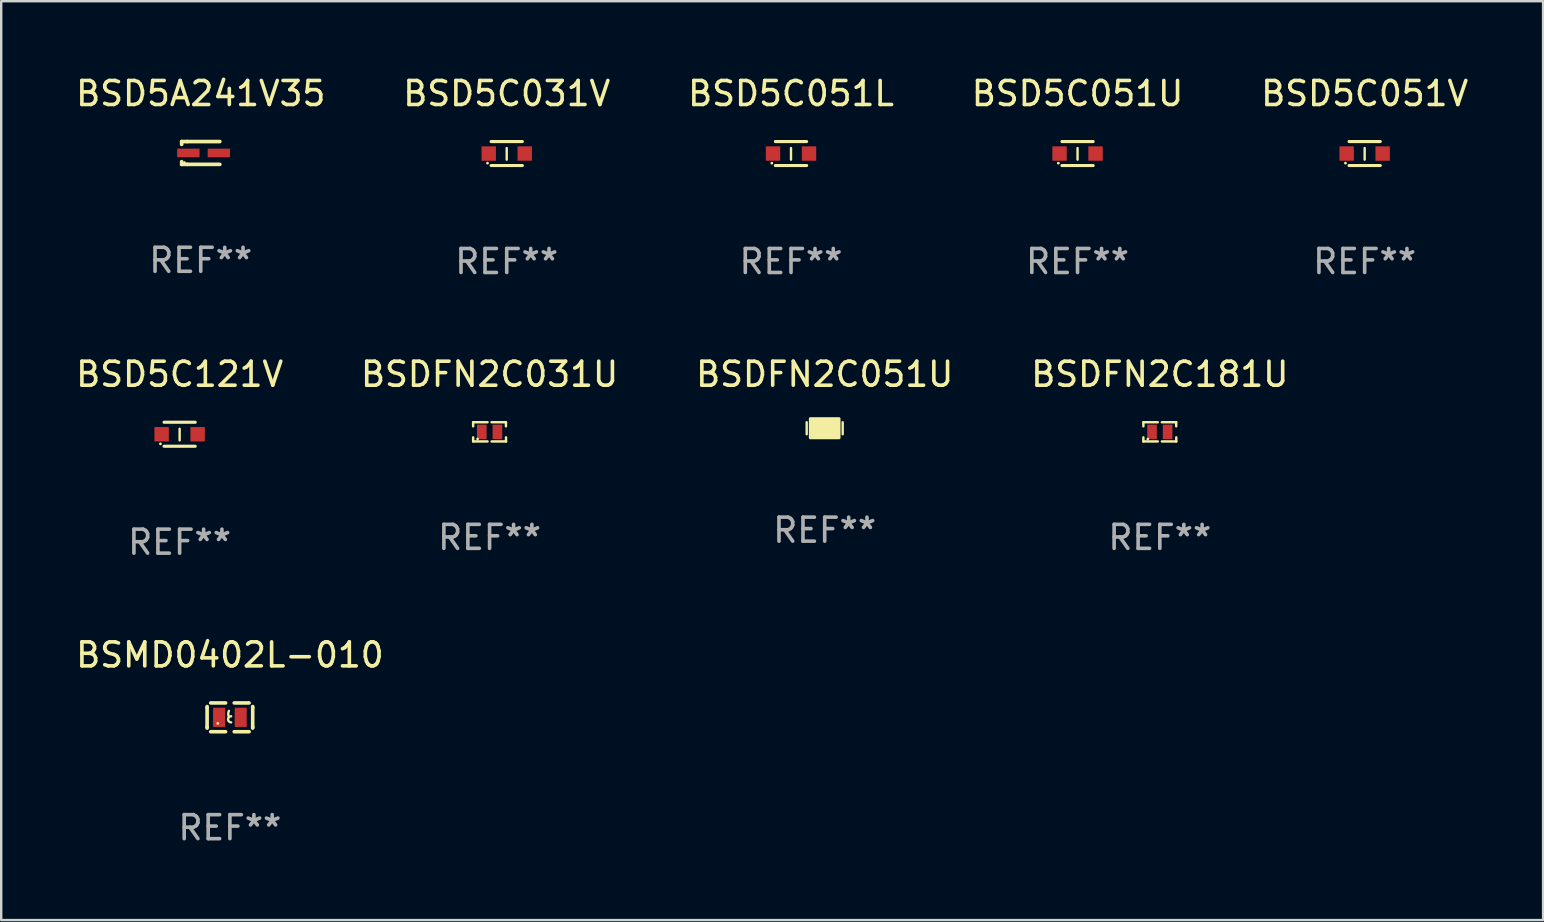
<source format=kicad_pcb>
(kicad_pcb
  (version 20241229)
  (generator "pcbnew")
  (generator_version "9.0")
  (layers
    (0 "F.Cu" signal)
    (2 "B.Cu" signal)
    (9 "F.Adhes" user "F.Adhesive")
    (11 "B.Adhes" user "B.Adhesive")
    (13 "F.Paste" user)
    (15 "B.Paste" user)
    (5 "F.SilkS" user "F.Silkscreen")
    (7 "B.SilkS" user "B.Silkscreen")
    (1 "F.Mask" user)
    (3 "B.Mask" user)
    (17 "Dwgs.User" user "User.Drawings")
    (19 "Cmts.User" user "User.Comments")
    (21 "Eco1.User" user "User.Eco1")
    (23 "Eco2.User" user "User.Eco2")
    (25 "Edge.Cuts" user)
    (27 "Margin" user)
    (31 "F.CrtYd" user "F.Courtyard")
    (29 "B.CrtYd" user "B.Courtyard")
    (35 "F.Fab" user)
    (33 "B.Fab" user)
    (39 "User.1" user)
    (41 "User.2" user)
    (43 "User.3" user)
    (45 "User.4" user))
  (footprint "BSD5C031V"
    (layer "F.Cu")
    (at 18.065 3.348)
    (property "Reference" "BSD5C031V" (at 0 -2.5 0) (layer "F.SilkS") (effects (font (size 1 1) (thickness 0.15))))
    (attr through_hole)
    (fp_line (start -0.65 -0.5) (end 0.65 -0.5) (stroke (width 0.13) (type solid)) (layer "F.SilkS"))
    (fp_line (start -0.65 0.5) (end 0.65 0.5) (stroke (width 0.13) (type solid)) (layer "F.SilkS"))
    (fp_line (start 0 -0.229) (end 0 0.254) (stroke (width 0.1) (type solid)) (layer "F.SilkS"))
    (fp_circle (center -0.8 0.4) (end -0.77 0.4) (stroke (width 0.06) (type solid)) (fill no) (layer "F.SilkS"))
    (fp_text user "REF**" (at 0 4.5 0) (layer "F.Fab") (effects (font (size 1 1) (thickness 0.15))))
    (pad "1" smd rect (at -0.75 0) (size 0.6 0.6) (layers "F.Cu" "F.Mask" "F.Paste"))
    (pad "2" smd rect (at 0.75 0 180) (size 0.6 0.6) (layers "F.Cu" "F.Mask" "F.Paste")))
  (footprint "BSMD0402L-010"
    (layer "F.Cu")
    (at 6.53 26.841)
    (property "Reference" "BSMD0402L-010" (at 0 -2.6 0) (layer "F.SilkS") (effects (font (size 1 1) (thickness 0.15))))
    (attr through_hole)
    (fp_line (start -0.95 -0.45) (end -0.95 -0.4) (stroke (width 0.15) (type solid)) (layer "F.SilkS"))
    (fp_line (start -0.95 -0.4) (end -0.95 0.4) (stroke (width 0.15) (type solid)) (layer "F.SilkS"))
    (fp_line (start -0.95 0.45) (end -0.95 0.4) (stroke (width 0.15) (type solid)) (layer "F.SilkS"))
    (fp_line (start -0.18 -0.6) (end -0.8 -0.6) (stroke (width 0.15) (type solid)) (layer "F.SilkS"))
    (fp_line (start -0.18 0.6) (end -0.8 0.6) (stroke (width 0.15) (type solid)) (layer "F.SilkS"))
    (fp_line (start 0.18 -0.6) (end 0.8 -0.6) (stroke (width 0.15) (type solid)) (layer "F.SilkS"))
    (fp_line (start 0.18 0.6) (end 0.8 0.6) (stroke (width 0.15) (type solid)) (layer "F.SilkS"))
    (fp_line (start 0.95 -0.45) (end 0.95 -0.4) (stroke (width 0.15) (type solid)) (layer "F.SilkS"))
    (fp_line (start 0.95 -0.4) (end 0.95 0.4) (stroke (width 0.15) (type solid)) (layer "F.SilkS"))
    (fp_line (start 0.95 0.45) (end 0.95 0.4) (stroke (width 0.15) (type solid)) (layer "F.SilkS"))
    (fp_arc (start -0.039942 -0.016052) (mid -0.069923 -0.143053) (end -0.039942 -0.270053) (stroke (width 0.1) (type solid)) (layer "F.SilkS"))
    (fp_arc (start 0.050076 0.209957) (mid -0.076924 0.082957) (end 0.050076 -0.044043) (stroke (width 0.1) (type solid)) (layer "F.SilkS"))
    (fp_circle (center -0.505 0.253) (end -0.475 0.253) (stroke (width 0.06) (type solid)) (fill no) (layer "F.SilkS"))
    (fp_text user "REF**" (at 0 4.6 0) (layer "F.Fab") (effects (font (size 1 1) (thickness 0.15))))
    (pad "1" smd rect (at -0.45 -0.000051) (size 0.5 0.8) (layers "F.Cu" "F.Mask" "F.Paste"))
    (pad "2" smd rect (at 0.45 -0.000051) (size 0.5 0.8) (layers "F.Cu" "F.Mask" "F.Paste")))
  (footprint "BSDFN2C181U"
    (layer "F.Cu")
    (at 45.28 14.945)
    (property "Reference" "BSDFN2C181U" (at 0 -2.4 0) (layer "F.SilkS") (effects (font (size 1 1) (thickness 0.15))))
    (attr through_hole)
    (fp_line (start -0.685 -0.4) (end -0.685 -0.23) (stroke (width 0.102) (type solid)) (layer "F.SilkS"))
    (fp_line (start -0.685 0.4) (end -0.685 0.23) (stroke (width 0.102) (type solid)) (layer "F.SilkS"))
    (fp_line (start -0.085 -0.4) (end -0.685 -0.4) (stroke (width 0.102) (type solid)) (layer "F.SilkS"))
    (fp_line (start -0.085 0.4) (end -0.685 0.4) (stroke (width 0.102) (type solid)) (layer "F.SilkS"))
    (fp_line (start 0.082 -0.4) (end 0.682 -0.4) (stroke (width 0.102) (type solid)) (layer "F.SilkS"))
    (fp_line (start 0.085 0.4) (end 0.685 0.4) (stroke (width 0.102) (type solid)) (layer "F.SilkS"))
    (fp_line (start 0.682 -0.4) (end 0.682 -0.23) (stroke (width 0.102) (type solid)) (layer "F.SilkS"))
    (fp_line (start 0.685 0.4) (end 0.685 0.23) (stroke (width 0.102) (type solid)) (layer "F.SilkS"))
    (fp_circle (center -0.5 0.3) (end -0.47 0.3) (stroke (width 0.06) (type solid)) (fill no) (layer "F.SilkS"))
    (fp_text user "REF**" (at 0 4.4 0) (layer "F.Fab") (effects (font (size 1 1) (thickness 0.15))))
    (pad "1" smd rect (at -0.325 0) (size 0.4 0.6) (layers "F.Cu" "F.Mask" "F.Paste"))
    (pad "2" smd rect (at 0.325 0) (size 0.4 0.6) (layers "F.Cu" "F.Mask" "F.Paste")))
  (footprint "BSD5C051U"
    (layer "F.Cu")
    (at 41.851 3.348)
    (property "Reference" "BSD5C051U" (at 0 -2.5 0) (layer "F.SilkS") (effects (font (size 1 1) (thickness 0.15))))
    (attr through_hole)
    (fp_line (start -0.65 -0.5) (end 0.65 -0.5) (stroke (width 0.13) (type solid)) (layer "F.SilkS"))
    (fp_line (start -0.65 0.5) (end 0.65 0.5) (stroke (width 0.13) (type solid)) (layer "F.SilkS"))
    (fp_line (start 0 -0.229) (end 0 0.254) (stroke (width 0.1) (type solid)) (layer "F.SilkS"))
    (fp_circle (center -0.8 0.4) (end -0.77 0.4) (stroke (width 0.06) (type solid)) (fill no) (layer "F.SilkS"))
    (fp_text user "REF**" (at 0 4.5 0) (layer "F.Fab") (effects (font (size 1 1) (thickness 0.15))))
    (pad "1" smd rect (at -0.75 0) (size 0.6 0.6) (layers "F.Cu" "F.Mask" "F.Paste"))
    (pad "2" smd rect (at 0.75 0 180) (size 0.6 0.6) (layers "F.Cu" "F.Mask" "F.Paste")))
  (footprint "BSDFN2C031U"
    (layer "F.Cu")
    (at 17.351 14.945)
    (property "Reference" "BSDFN2C031U" (at 0 -2.4 0) (layer "F.SilkS") (effects (font (size 1 1) (thickness 0.15))))
    (attr through_hole)
    (fp_line (start -0.685 -0.4) (end -0.685 -0.23) (stroke (width 0.102) (type solid)) (layer "F.SilkS"))
    (fp_line (start -0.685 0.4) (end -0.685 0.23) (stroke (width 0.102) (type solid)) (layer "F.SilkS"))
    (fp_line (start -0.085 -0.4) (end -0.685 -0.4) (stroke (width 0.102) (type solid)) (layer "F.SilkS"))
    (fp_line (start -0.085 0.4) (end -0.685 0.4) (stroke (width 0.102) (type solid)) (layer "F.SilkS"))
    (fp_line (start 0.082 -0.4) (end 0.682 -0.4) (stroke (width 0.102) (type solid)) (layer "F.SilkS"))
    (fp_line (start 0.085 0.4) (end 0.685 0.4) (stroke (width 0.102) (type solid)) (layer "F.SilkS"))
    (fp_line (start 0.682 -0.4) (end 0.682 -0.23) (stroke (width 0.102) (type solid)) (layer "F.SilkS"))
    (fp_line (start 0.685 0.4) (end 0.685 0.23) (stroke (width 0.102) (type solid)) (layer "F.SilkS"))
    (fp_circle (center -0.5 0.3) (end -0.47 0.3) (stroke (width 0.06) (type solid)) (fill no) (layer "F.SilkS"))
    (fp_text user "REF**" (at 0 4.4 0) (layer "F.Fab") (effects (font (size 1 1) (thickness 0.15))))
    (pad "1" smd rect (at -0.325 0) (size 0.4 0.6) (layers "F.Cu" "F.Mask" "F.Paste"))
    (pad "2" smd rect (at 0.325 0) (size 0.4 0.6) (layers "F.Cu" "F.Mask" "F.Paste")))
  (footprint "BSDFN2C051U"
    (layer "F.Cu")
    (at 31.315 14.795)
    (property "Reference" "BSDFN2C051U" (at 0 -2.25 0) (layer "F.SilkS") (effects (font (size 1 1) (thickness 0.15))))
    (attr through_hole)
    (fp_line (start -0.75 0.25) (end -0.75 -0.25) (stroke (width 0.1) (type solid)) (layer "F.SilkS"))
    (fp_line (start 0.75 -0.25) (end 0.75 0.25) (stroke (width 0.1) (type solid)) (layer "F.SilkS"))
    (fp_circle (center -0.5 0.3) (end -0.47 0.3) (stroke (width 0.06) (type solid)) (fill no) (layer "F.SilkS"))
    (fp_poly (pts (xy -0.6 -0.4) (xy 0.6 -0.4) (xy 0.6 0.4) (xy -0.6 0.4)) (stroke (width 0.12) (type solid)) (fill yes) (layer "F.SilkS"))
    (fp_text user "REF**" (at 0 4.25 0) (layer "F.Fab") (effects (font (size 1 1) (thickness 0.15))))
    (pad "1" smd rect (at -0.325 -0.000013) (size 0.3 0.6) (layers "F.Cu" "F.Mask" "F.Paste"))
    (pad "2" smd rect (at 0.325 -0.000013) (size 0.3 0.6) (layers "F.Cu" "F.Mask" "F.Paste")))
  (footprint "BSD5C051V"
    (layer "F.Cu")
    (at 53.815 3.348)
    (property "Reference" "BSD5C051V" (at 0 -2.5 0) (layer "F.SilkS") (effects (font (size 1 1) (thickness 0.15))))
    (attr through_hole)
    (fp_line (start -0.65 -0.5) (end 0.65 -0.5) (stroke (width 0.13) (type solid)) (layer "F.SilkS"))
    (fp_line (start -0.65 0.5) (end 0.65 0.5) (stroke (width 0.13) (type solid)) (layer "F.SilkS"))
    (fp_line (start 0 -0.229) (end 0 0.254) (stroke (width 0.1) (type solid)) (layer "F.SilkS"))
    (fp_circle (center -0.8 0.4) (end -0.77 0.4) (stroke (width 0.06) (type solid)) (fill no) (layer "F.SilkS"))
    (fp_text user "REF**" (at 0 4.5 0) (layer "F.Fab") (effects (font (size 1 1) (thickness 0.15))))
    (pad "1" smd rect (at -0.75 0) (size 0.6 0.6) (layers "F.Cu" "F.Mask" "F.Paste"))
    (pad "2" smd rect (at 0.75 0 180) (size 0.6 0.6) (layers "F.Cu" "F.Mask" "F.Paste")))
  (footprint "BSD5C051L"
    (layer "F.Cu")
    (at 29.911 3.348)
    (property "Reference" "BSD5C051L" (at 0 -2.5 0) (layer "F.SilkS") (effects (font (size 1 1) (thickness 0.15))))
    (attr through_hole)
    (fp_line (start -0.65 -0.5) (end 0.65 -0.5) (stroke (width 0.13) (type solid)) (layer "F.SilkS"))
    (fp_line (start -0.65 0.5) (end 0.65 0.5) (stroke (width 0.13) (type solid)) (layer "F.SilkS"))
    (fp_line (start 0 -0.229) (end 0 0.254) (stroke (width 0.1) (type solid)) (layer "F.SilkS"))
    (fp_circle (center -0.8 0.4) (end -0.77 0.4) (stroke (width 0.06) (type solid)) (fill no) (layer "F.SilkS"))
    (fp_text user "REF**" (at 0 4.5 0) (layer "F.Fab") (effects (font (size 1 1) (thickness 0.15))))
    (pad "1" smd rect (at -0.75 0) (size 0.6 0.6) (layers "F.Cu" "F.Mask" "F.Paste"))
    (pad "2" smd rect (at 0.75 0 180) (size 0.6 0.6) (layers "F.Cu" "F.Mask" "F.Paste")))
  (footprint "BSD5A241V35"
    (layer "F.Cu")
    (at 5.315 3.324)
    (property "Reference" "BSD5A241V35" (at 0 -2.476 0) (layer "F.SilkS") (effects (font (size 1 1) (thickness 0.15))))
    (attr through_hole)
    (fp_line (start -0.795 -0.476) (end -0.795 -0.356) (stroke (width 0.152) (type solid)) (layer "F.SilkS"))
    (fp_line (start -0.795 0.363) (end -0.795 0.476) (stroke (width 0.152) (type solid)) (layer "F.SilkS"))
    (fp_line (start -0.795 0.476) (end -0.557 0.476) (stroke (width 0.152) (type solid)) (layer "F.SilkS"))
    (fp_line (start -0.557 -0.476) (end -0.795 -0.476) (stroke (width 0.152) (type solid)) (layer "F.SilkS"))
    (fp_line (start -0.557 -0.476) (end 0.795 -0.476) (stroke (width 0.152) (type solid)) (layer "F.SilkS"))
    (fp_line (start -0.557 0.476) (end 0.795 0.476) (stroke (width 0.152) (type solid)) (layer "F.SilkS"))
    (fp_circle (center -0.681 0.4) (end -0.651 0.4) (stroke (width 0.06) (type solid)) (fill no) (layer "F.SilkS"))
    (fp_text user "REF**" (at 0 4.476 0) (layer "F.Fab") (effects (font (size 1 1) (thickness 0.15))))
    (pad "1" smd rect (at -0.516 0 180) (size 0.93 0.36) (layers "F.Cu" "F.Mask" "F.Paste"))
    (pad "2" smd rect (at 0.754 0 180) (size 0.93 0.36) (layers "F.Cu" "F.Mask" "F.Paste")))
  (footprint "BSD5C121V"
    (layer "F.Cu")
    (at 4.435 15.045)
    (property "Reference" "BSD5C121V" (at 0 -2.5 0) (layer "F.SilkS") (effects (font (size 1 1) (thickness 0.15))))
    (attr through_hole)
    (fp_line (start -0.65 -0.5) (end 0.65 -0.5) (stroke (width 0.13) (type solid)) (layer "F.SilkS"))
    (fp_line (start -0.65 0.5) (end 0.65 0.5) (stroke (width 0.13) (type solid)) (layer "F.SilkS"))
    (fp_line (start 0 -0.229) (end 0 0.254) (stroke (width 0.1) (type solid)) (layer "F.SilkS"))
    (fp_circle (center -0.8 0.4) (end -0.77 0.4) (stroke (width 0.06) (type solid)) (fill no) (layer "F.SilkS"))
    (fp_text user "REF**" (at 0 4.5 0) (layer "F.Fab") (effects (font (size 1 1) (thickness 0.15))))
    (pad "1" smd rect (at -0.75 0) (size 0.6 0.6) (layers "F.Cu" "F.Mask" "F.Paste"))
    (pad "2" smd rect (at 0.75 0 180) (size 0.6 0.6) (layers "F.Cu" "F.Mask" "F.Paste")))
  (gr_rect
    (start -3 -3)
    (end 61.25 35.29)
    (stroke (width 0.1) (type default))
    (fill no)
    (layer "Edge.Cuts")))
</source>
